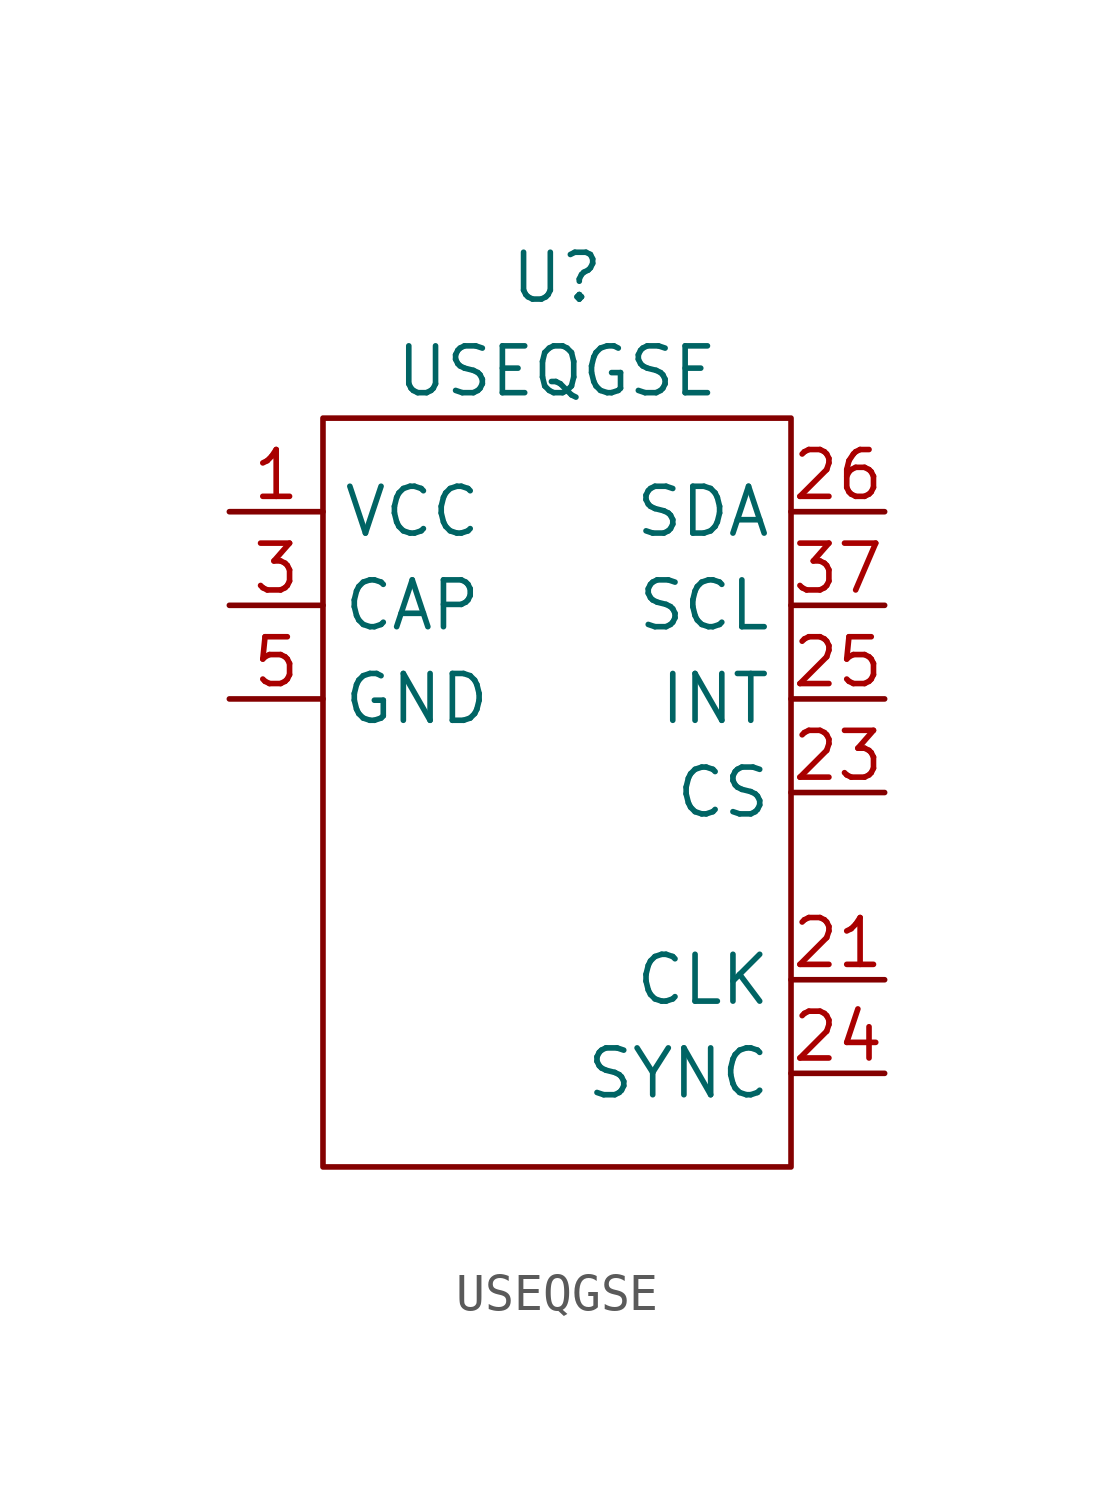
<source format=kicad_sym>
(kicad_symbol_lib
  (version 20211014)
  (generator kicad_symbol_editor)
  (symbol "USEQGSE"
    (property "Reference" "U"
      (at 0 13.97 0)
      (effects (font (size 1.27 1.27))))
    (property "Value" "USEQGSE"
      (at 0 11.43 0)
      (effects (font (size 1.27 1.27))))
    (symbol "USEQGSE_0_1"
      (rectangle (start -6.35 10.16) (end 6.35 -10.16) (stroke (width 0.152) (type default) (color 0 0 0 0)) (fill (type none))))
    (symbol "USEQGSE_1_1"
      (pin power_in line (at -8.89 7.62 0) (length 2.54) (name "VCC" (effects (font (size 1.27 1.27)))) (number "1" (effects (font (size 1.27 1.27)))))
      (pin passive line (at -8.89 2.54 0) (length 2.54) hide (name "GND" (effects (font (size 1.27 1.27)))) (number "17" (effects (font (size 1.27 1.27)))))
      (pin passive line (at -8.89 2.54 0) (length 2.54) hide (name "GND" (effects (font (size 1.27 1.27)))) (number "19" (effects (font (size 1.27 1.27)))))
      (pin bidirectional line (at 8.89 -5.08 180) (length 2.54) (name "CLK" (effects (font (size 1.27 1.27)))) (number "21" (effects (font (size 1.27 1.27)))))
      (pin input line (at 8.89 0 180) (length 2.54) (name "CS" (effects (font (size 1.27 1.27)))) (number "23" (effects (font (size 1.27 1.27)))))
      (pin bidirectional line (at 8.89 -7.62 180) (length 2.54) (name "SYNC" (effects (font (size 1.27 1.27)))) (number "24" (effects (font (size 1.27 1.27)))))
      (pin output line (at 8.89 2.54 180) (length 2.54) (name "INT" (effects (font (size 1.27 1.27)))) (number "25" (effects (font (size 1.27 1.27)))))
      (pin bidirectional line (at 8.89 7.62 180) (length 2.54) (name "SDA" (effects (font (size 1.27 1.27)))) (number "26" (effects (font (size 1.27 1.27)))))
      (pin passive line (at -8.89 2.54 0) (length 2.54) hide (name "GND" (effects (font (size 1.27 1.27)))) (number "28" (effects (font (size 1.27 1.27)))))
      (pin passive line (at -8.89 2.54 0) (length 2.54) hide (name "GND" (effects (font (size 1.27 1.27)))) (number "29" (effects (font (size 1.27 1.27)))))
      (pin power_in line (at -8.89 5.08 0) (length 2.54) (name "CAP" (effects (font (size 1.27 1.27)))) (number "3" (effects (font (size 1.27 1.27)))))
      (pin passive line (at -8.89 2.54 0) (length 2.54) hide (name "GND" (effects (font (size 1.27 1.27)))) (number "30" (effects (font (size 1.27 1.27)))))
      (pin input line (at 8.89 5.08 180) (length 2.54) (name "SCL" (effects (font (size 1.27 1.27)))) (number "37" (effects (font (size 1.27 1.27)))))
      (pin power_in line (at -8.89 2.54 0) (length 2.54) (name "GND" (effects (font (size 1.27 1.27)))) (number "5" (effects (font (size 1.27 1.27)))))
      (pin passive line (at -8.89 2.54 0) (length 2.54) hide (name "GND" (effects (font (size 1.27 1.27)))) (number "7" (effects (font (size 1.27 1.27))))))))
</source>
